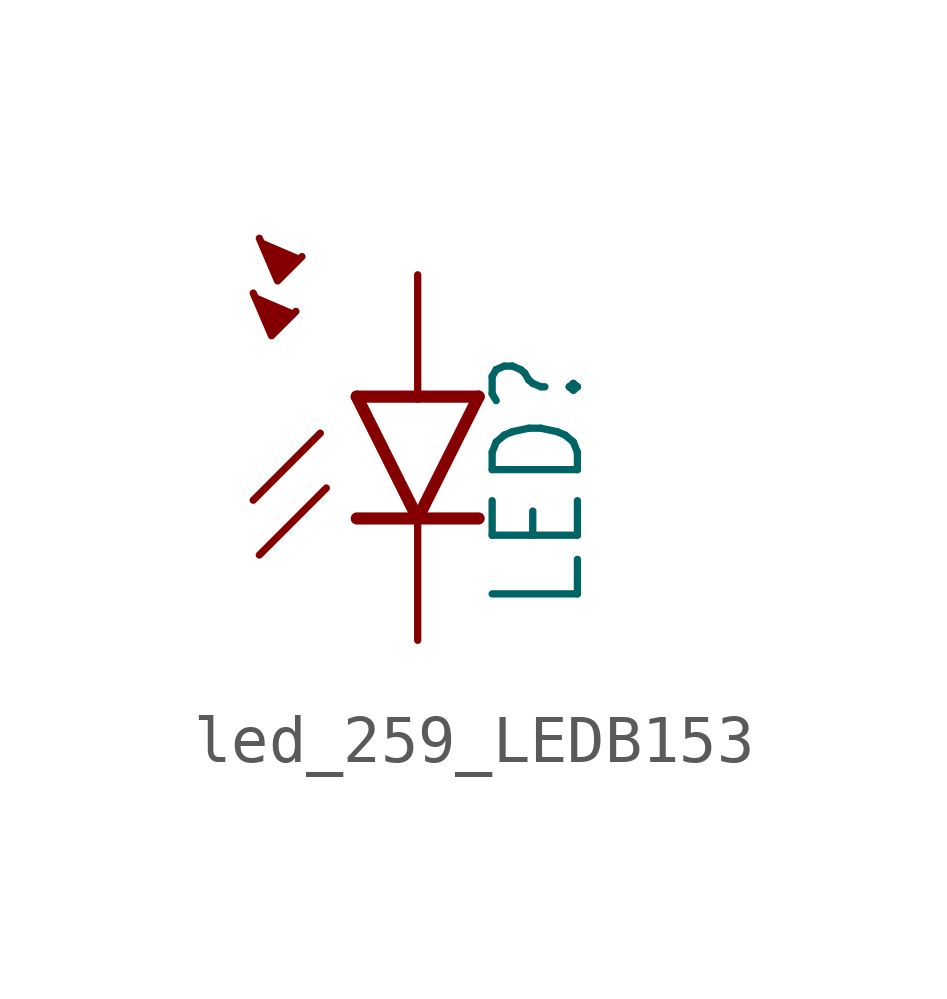
<source format=kicad_sym>
(kicad_symbol_lib
  (version 20241209)
  (generator "kicad_symbol_editor")
  (generator_version "9.0")
  (symbol "led_259_LEDB153"
    (property "Reference" "LED"
      (at 3.556 -4.572 90)
      (effects (font (size 1.778 1.511)) (justify left bottom)))
    (property "Value" ""
      (at 5.715 -4.572 90)
      (effects (font (size 1.778 1.511)) (justify left bottom)))
    (property "ki_locked" ""
      (at 0 0 0)
      (effects (font (size 1.27 1.27))))
    (symbol "led_259_LEDB153_1_0"
      (polyline (pts (xy -3.429 2.159) (xy -3.048 1.27) (xy -2.54 1.778)) (stroke (width 0.152) (type solid)) (fill (type outline)))
      (polyline (pts (xy -3.302 3.302) (xy -2.921 2.413) (xy -2.413 2.921)) (stroke (width 0.152) (type solid)) (fill (type outline)))
      (polyline (pts (xy -2.032 -0.762) (xy -3.429 -2.159)) (stroke (width 0.152) (type solid)) (fill (type none)))
      (polyline (pts (xy -1.905 -1.905) (xy -3.302 -3.302)) (stroke (width 0.152) (type solid)) (fill (type none)))
      (polyline (pts (xy 0 0) (xy -1.27 0)) (stroke (width 0.254) (type solid)) (fill (type none)))
      (polyline (pts (xy 0 -2.54) (xy -1.27 0)) (stroke (width 0.254) (type solid)) (fill (type none)))
      (polyline (pts (xy 0 -2.54) (xy -1.27 -2.54)) (stroke (width 0.254) (type solid)) (fill (type none)))
      (polyline (pts (xy 1.27 0) (xy 0 0)) (stroke (width 0.254) (type solid)) (fill (type none)))
      (polyline (pts (xy 1.27 0) (xy 0 -2.54)) (stroke (width 0.254) (type solid)) (fill (type none)))
      (polyline (pts (xy 1.27 -2.54) (xy 0 -2.54)) (stroke (width 0.254) (type solid)) (fill (type none)))
      (pin passive line (at 0 2.54 270) (length 2.54) (name "A" (effects (font (size 0 0)))) (number "A" (effects (font (size 0 0)))))
      (pin passive line (at 0 -5.08 90) (length 2.54) (name "C" (effects (font (size 0 0)))) (number "K" (effects (font (size 0 0))))))))
</source>
